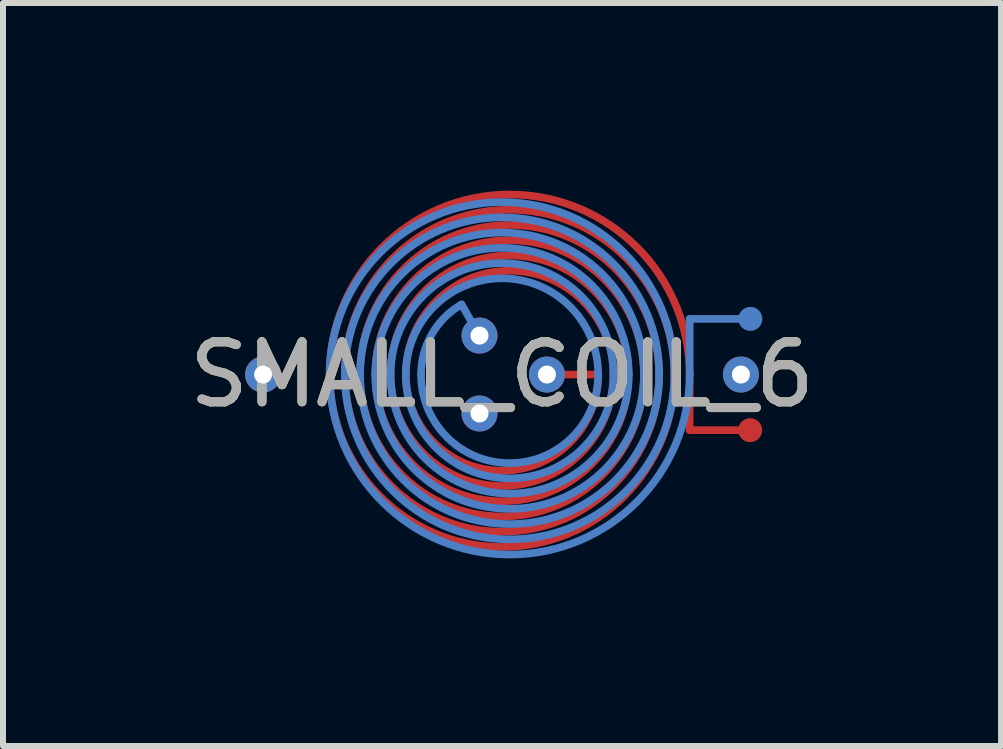
<source format=kicad_pcb>
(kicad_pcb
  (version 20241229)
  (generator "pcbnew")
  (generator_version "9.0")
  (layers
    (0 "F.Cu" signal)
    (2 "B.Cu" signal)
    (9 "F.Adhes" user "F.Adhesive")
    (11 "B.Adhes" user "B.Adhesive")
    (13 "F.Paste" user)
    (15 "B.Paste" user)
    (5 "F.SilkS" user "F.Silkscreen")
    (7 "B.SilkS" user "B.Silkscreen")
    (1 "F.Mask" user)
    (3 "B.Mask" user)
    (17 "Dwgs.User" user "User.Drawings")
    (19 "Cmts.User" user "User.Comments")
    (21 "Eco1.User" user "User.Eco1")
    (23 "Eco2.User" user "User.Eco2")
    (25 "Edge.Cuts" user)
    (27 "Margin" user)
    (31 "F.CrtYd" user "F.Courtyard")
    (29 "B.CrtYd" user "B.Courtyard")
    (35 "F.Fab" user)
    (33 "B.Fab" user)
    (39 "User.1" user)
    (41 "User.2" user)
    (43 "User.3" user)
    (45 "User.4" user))
  (footprint "SMALL_COIL_6"
    (layer "F.Cu")
    (at 5.315 3.191)
    (property "Reference" "SMALL_COIL_6" (at 0 0 0) (unlocked yes) (layer "F.SilkS") (effects (font (size 1 1) (thickness 0.15))))
    (attr smd exclude_from_pos_files exclude_from_bom allow_missing_courtyard)
    (fp_line (start 1.603 0) (end 0.749 0) (stroke (width 0.127) (type default)) (layer "F.Cu"))
    (fp_line (start 3.127 0) (end 3.127 0.927) (stroke (width 0.127) (type default)) (layer "F.Cu"))
    (fp_line (start 3.127 0.927) (end 4.039 0.927) (stroke (width 0.127) (type default)) (layer "F.Cu"))
    (fp_arc (start -2.873 0) (mid 0.127 -3) (end 3.127 0) (stroke (width 0.127) (type default)) (layer "F.Cu"))
    (fp_arc (start -2.619 0) (mid 0.127 -2.746) (end 2.873 0) (stroke (width 0.127) (type default)) (layer "F.Cu"))
    (fp_arc (start -2.365 0) (mid 0.127 -2.492) (end 2.619 0) (stroke (width 0.127) (type default)) (layer "F.Cu"))
    (fp_arc (start -2.111 0) (mid 0.127 -2.238) (end 2.365 0) (stroke (width 0.127) (type default)) (layer "F.Cu"))
    (fp_arc (start -1.857 0) (mid 0.127 -1.984) (end 2.111 0) (stroke (width 0.127) (type default)) (layer "F.Cu"))
    (fp_arc (start -1.603 0) (mid 0.127 -1.73) (end 1.857 0) (stroke (width 0.127) (type default)) (layer "F.Cu"))
    (fp_arc (start 1.603 0) (mid 0 1.603) (end -1.603 0) (stroke (width 0.127) (type default)) (layer "F.Cu"))
    (fp_arc (start 1.857 0) (mid 0 1.857) (end -1.857 0) (stroke (width 0.127) (type default)) (layer "F.Cu"))
    (fp_arc (start 2.111 0) (mid 0 2.111) (end -2.111 0) (stroke (width 0.127) (type default)) (layer "F.Cu"))
    (fp_arc (start 2.365 0) (mid 0 2.365) (end -2.365 0) (stroke (width 0.127) (type default)) (layer "F.Cu"))
    (fp_arc (start 2.619 0) (mid 0 2.619) (end -2.619 0) (stroke (width 0.127) (type default)) (layer "F.Cu"))
    (fp_arc (start 2.873 0) (mid 0 2.873) (end -2.873 0) (stroke (width 0.127) (type default)) (layer "F.Cu"))
    (fp_line (start -0.675 -1.168) (end -0.375 -0.649) (stroke (width 0.127) (type default)) (layer "B.Cu"))
    (fp_line (start 3.127 -0.927) (end 4.064 -0.927) (stroke (width 0.127) (type default)) (layer "B.Cu"))
    (fp_line (start 3.127 0) (end 3.127 -0.927) (stroke (width 0.127) (type default)) (layer "B.Cu"))
    (fp_arc (start -2.873 0) (mid 0 -2.873) (end 2.873 0) (stroke (width 0.127) (type default)) (layer "B.Cu"))
    (fp_arc (start -2.619 0) (mid 0 -2.619) (end 2.619 0) (stroke (width 0.127) (type default)) (layer "B.Cu"))
    (fp_arc (start -2.365 0) (mid 0 -2.365) (end 2.365 0) (stroke (width 0.127) (type default)) (layer "B.Cu"))
    (fp_arc (start -2.111 0) (mid 0 -2.111) (end 2.111 0) (stroke (width 0.127) (type default)) (layer "B.Cu"))
    (fp_arc (start -1.857 0) (mid 0 -1.857) (end 1.857 0) (stroke (width 0.127) (type default)) (layer "B.Cu"))
    (fp_arc (start -1.603 0) (mid 0 -1.603) (end 1.603 0) (stroke (width 0.127) (type default)) (layer "B.Cu"))
    (fp_arc (start -1.349 0) (mid -1.168 -0.674) (end -0.675 -1.168) (stroke (width 0.127) (type default)) (layer "B.Cu"))
    (fp_arc (start 1.603 0) (mid 0 1.476) (end -1.349 0) (stroke (width 0.127) (type default)) (layer "B.Cu"))
    (fp_arc (start 1.857 0) (mid 0.127 1.73) (end -1.603 0) (stroke (width 0.127) (type default)) (layer "B.Cu"))
    (fp_arc (start 2.111 0) (mid 0.127 1.984) (end -1.857 0) (stroke (width 0.127) (type default)) (layer "B.Cu"))
    (fp_arc (start 2.365 0) (mid 0.127 2.238) (end -2.111 0) (stroke (width 0.127) (type default)) (layer "B.Cu"))
    (fp_arc (start 2.619 0) (mid 0.127 2.492) (end -2.365 0) (stroke (width 0.127) (type default)) (layer "B.Cu"))
    (fp_arc (start 2.873 0) (mid 0.127 2.746) (end -2.619 0) (stroke (width 0.127) (type default)) (layer "B.Cu"))
    (fp_arc (start 3.127 0) (mid 0.127 3) (end -2.873 0) (stroke (width 0.127) (type default)) (layer "B.Cu"))
    (fp_line (start 1.603 0) (end 0.749 0) (stroke (width 0.127) (type default)) (layer "In1.Cu"))
    (fp_line (start 3.127 0) (end 3.981 0) (stroke (width 0.127) (type default)) (layer "In1.Cu"))
    (fp_arc (start -2.873 0) (mid 0 -2.873) (end 2.873 0) (stroke (width 0.127) (type default)) (layer "In1.Cu"))
    (fp_arc (start -2.619 0) (mid 0 -2.619) (end 2.619 0) (stroke (width 0.127) (type default)) (layer "In1.Cu"))
    (fp_arc (start -2.365 0) (mid 0 -2.365) (end 2.365 0) (stroke (width 0.127) (type default)) (layer "In1.Cu"))
    (fp_arc (start -2.111 0) (mid 0 -2.111) (end 2.111 0) (stroke (width 0.127) (type default)) (layer "In1.Cu"))
    (fp_arc (start -1.857 0) (mid 0 -1.857) (end 1.857 0) (stroke (width 0.127) (type default)) (layer "In1.Cu"))
    (fp_arc (start -1.603 0) (mid 0 -1.603) (end 1.603 0) (stroke (width 0.127) (type default)) (layer "In1.Cu"))
    (fp_arc (start 1.857 0) (mid 0.127 1.73) (end -1.603 0) (stroke (width 0.127) (type default)) (layer "In1.Cu"))
    (fp_arc (start 2.111 0) (mid 0.127 1.984) (end -1.857 0) (stroke (width 0.127) (type default)) (layer "In1.Cu"))
    (fp_arc (start 2.365 0) (mid 0.127 2.238) (end -2.111 0) (stroke (width 0.127) (type default)) (layer "In1.Cu"))
    (fp_arc (start 2.619 0) (mid 0.127 2.492) (end -2.365 0) (stroke (width 0.127) (type default)) (layer "In1.Cu"))
    (fp_arc (start 2.873 0) (mid 0.127 2.746) (end -2.619 0) (stroke (width 0.127) (type default)) (layer "In1.Cu"))
    (fp_arc (start 3.127 0) (mid 0.127 3) (end -2.873 0) (stroke (width 0.127) (type default)) (layer "In1.Cu"))
    (fp_line (start -0.674 1.168) (end -0.375 0.649) (stroke (width 0.127) (type default)) (layer "In2.Cu"))
    (fp_line (start 3.127 0) (end 3.981 0) (stroke (width 0.127) (type default)) (layer "In2.Cu"))
    (fp_arc (start -2.873 0) (mid 0.127 -3) (end 3.127 0) (stroke (width 0.127) (type default)) (layer "In2.Cu"))
    (fp_arc (start -2.619 0) (mid 0.127 -2.746) (end 2.873 0) (stroke (width 0.127) (type default)) (layer "In2.Cu"))
    (fp_arc (start -2.365 0) (mid 0.127 -2.492) (end 2.619 0) (stroke (width 0.127) (type default)) (layer "In2.Cu"))
    (fp_arc (start -2.111 0) (mid 0.127 -2.238) (end 2.365 0) (stroke (width 0.127) (type default)) (layer "In2.Cu"))
    (fp_arc (start -1.857 0) (mid 0.127 -1.984) (end 2.111 0) (stroke (width 0.127) (type default)) (layer "In2.Cu"))
    (fp_arc (start -1.603 0) (mid 0.127 -1.73) (end 1.857 0) (stroke (width 0.127) (type default)) (layer "In2.Cu"))
    (fp_arc (start -1.349 0) (mid 0 -1.476) (end 1.603 0) (stroke (width 0.127) (type default)) (layer "In2.Cu"))
    (fp_arc (start -0.674 1.168) (mid -1.168 0.675) (end -1.349 0) (stroke (width 0.127) (type default)) (layer "In2.Cu"))
    (fp_arc (start 1.603 0) (mid 0 1.603) (end -1.603 0) (stroke (width 0.127) (type default)) (layer "In2.Cu"))
    (fp_arc (start 1.857 0) (mid 0 1.857) (end -1.857 0) (stroke (width 0.127) (type default)) (layer "In2.Cu"))
    (fp_arc (start 2.111 0) (mid 0 2.111) (end -2.111 0) (stroke (width 0.127) (type default)) (layer "In2.Cu"))
    (fp_arc (start 2.365 0) (mid 0 2.365) (end -2.365 0) (stroke (width 0.127) (type default)) (layer "In2.Cu"))
    (fp_arc (start 2.619 0) (mid 0 2.619) (end -2.619 0) (stroke (width 0.127) (type default)) (layer "In2.Cu"))
    (fp_arc (start 2.873 0) (mid 0 2.873) (end -2.873 0) (stroke (width 0.127) (type default)) (layer "In2.Cu"))
    (fp_line (start -3.127 0) (end -3.981 0) (stroke (width 0.127) (type default)) (layer "In3.Cu"))
    (fp_line (start -0.674 1.168) (end -0.375 0.649) (stroke (width 0.127) (type default)) (layer "In3.Cu"))
    (fp_arc (start -3.127 0) (mid 0 -3.127) (end 3.127 0) (stroke (width 0.127) (type default)) (layer "In3.Cu"))
    (fp_arc (start -2.873 0) (mid 0 -2.873) (end 2.873 0) (stroke (width 0.127) (type default)) (layer "In3.Cu"))
    (fp_arc (start -2.619 0) (mid 0 -2.619) (end 2.619 0) (stroke (width 0.127) (type default)) (layer "In3.Cu"))
    (fp_arc (start -2.365 0) (mid 0 -2.365) (end 2.365 0) (stroke (width 0.127) (type default)) (layer "In3.Cu"))
    (fp_arc (start -2.111 0) (mid 0 -2.111) (end 2.111 0) (stroke (width 0.127) (type default)) (layer "In3.Cu"))
    (fp_arc (start -1.857 0) (mid 0 -1.857) (end 1.857 0) (stroke (width 0.127) (type default)) (layer "In3.Cu"))
    (fp_arc (start -1.603 0) (mid 0 -1.603) (end 1.603 0) (stroke (width 0.127) (type default)) (layer "In3.Cu"))
    (fp_arc (start 1.603 0) (mid 0.738 1.278) (end -0.674 1.168) (stroke (width 0.127) (type default)) (layer "In3.Cu"))
    (fp_arc (start 1.857 0) (mid 0.127 1.73) (end -1.603 0) (stroke (width 0.127) (type default)) (layer "In3.Cu"))
    (fp_arc (start 2.111 0) (mid 0.127 1.984) (end -1.857 0) (stroke (width 0.127) (type default)) (layer "In3.Cu"))
    (fp_arc (start 2.365 0) (mid 0.127 2.238) (end -2.111 0) (stroke (width 0.127) (type default)) (layer "In3.Cu"))
    (fp_arc (start 2.619 0) (mid 0.127 2.492) (end -2.365 0) (stroke (width 0.127) (type default)) (layer "In3.Cu"))
    (fp_arc (start 2.873 0) (mid 0.127 2.746) (end -2.619 0) (stroke (width 0.127) (type default)) (layer "In3.Cu"))
    (fp_arc (start 3.127 0) (mid 0.127 3) (end -2.873 0) (stroke (width 0.127) (type default)) (layer "In3.Cu"))
    (fp_line (start -3.127 0) (end -3.981 0) (stroke (width 0.127) (type default)) (layer "In4.Cu"))
    (fp_line (start -0.675 -1.168) (end -0.375 -0.649) (stroke (width 0.127) (type default)) (layer "In4.Cu"))
    (fp_arc (start -2.873 0) (mid 0.127 -3) (end 3.127 0) (stroke (width 0.127) (type default)) (layer "In4.Cu"))
    (fp_arc (start -2.619 0) (mid 0.127 -2.746) (end 2.873 0) (stroke (width 0.127) (type default)) (layer "In4.Cu"))
    (fp_arc (start -2.365 0) (mid 0.127 -2.492) (end 2.619 0) (stroke (width 0.127) (type default)) (layer "In4.Cu"))
    (fp_arc (start -2.111 0) (mid 0.127 -2.238) (end 2.365 0) (stroke (width 0.127) (type default)) (layer "In4.Cu"))
    (fp_arc (start -1.857 0) (mid 0.127 -1.984) (end 2.111 0) (stroke (width 0.127) (type default)) (layer "In4.Cu"))
    (fp_arc (start -1.603 0) (mid 0.127 -1.73) (end 1.857 0) (stroke (width 0.127) (type default)) (layer "In4.Cu"))
    (fp_arc (start -0.675 -1.168) (mid 0.738 -1.278) (end 1.603 0) (stroke (width 0.127) (type default)) (layer "In4.Cu"))
    (fp_arc (start 1.603 0) (mid 0 1.603) (end -1.603 0) (stroke (width 0.127) (type default)) (layer "In4.Cu"))
    (fp_arc (start 1.857 0) (mid 0 1.857) (end -1.857 0) (stroke (width 0.127) (type default)) (layer "In4.Cu"))
    (fp_arc (start 2.111 0) (mid 0 2.111) (end -2.111 0) (stroke (width 0.127) (type default)) (layer "In4.Cu"))
    (fp_arc (start 2.365 0) (mid 0 2.365) (end -2.365 0) (stroke (width 0.127) (type default)) (layer "In4.Cu"))
    (fp_arc (start 2.619 0) (mid 0 2.619) (end -2.619 0) (stroke (width 0.127) (type default)) (layer "In4.Cu"))
    (fp_arc (start 2.873 0) (mid 0 2.873) (end -2.873 0) (stroke (width 0.127) (type default)) (layer "In4.Cu"))
    (fp_arc (start 3.127 0) (mid 0 3.127) (end -3.127 0) (stroke (width 0.127) (type default)) (layer "In4.Cu"))
    (fp_text user "${REFERENCE}" (at 0 0 0) (unlocked yes) (layer "F.Fab") (effects (font (size 1 1) (thickness 0.15))))
    (pad "0" thru_hole circle (at -3.981 0) (size 0.6 0.6) (drill 0.3) (layers "*.Cu") (remove_unused_layers yes) (keep_end_layers yes) (zone_layer_connections))
    (pad "0" thru_hole circle (at -0.375 -0.649) (size 0.6 0.6) (drill 0.3) (layers "*.Cu") (remove_unused_layers yes) (keep_end_layers yes) (zone_layer_connections))
    (pad "0" thru_hole circle (at -0.375 0.649) (size 0.6 0.6) (drill 0.3) (layers "*.Cu") (remove_unused_layers yes) (keep_end_layers yes) (zone_layer_connections))
    (pad "0" thru_hole circle (at 0.749 0) (size 0.6 0.6) (drill 0.3) (layers "*.Cu") (remove_unused_layers yes) (keep_end_layers yes) (zone_layer_connections))
    (pad "0" thru_hole circle (at 3.981 0) (size 0.6 0.6) (drill 0.3) (layers "*.Cu") (remove_unused_layers yes) (keep_end_layers yes) (zone_layer_connections))
    (pad "1" smd circle (at 4.135 0.927) (size 0.4 0.4) (layers "F.Cu"))
    (pad "2" smd circle (at 4.138 -0.927) (size 0.4 0.4) (layers "B.Cu")))
  (gr_rect
    (start -3 -3)
    (end 13.631 9.381)
    (stroke (width 0.1) (type default))
    (fill no)
    (layer "Edge.Cuts")))
</source>
